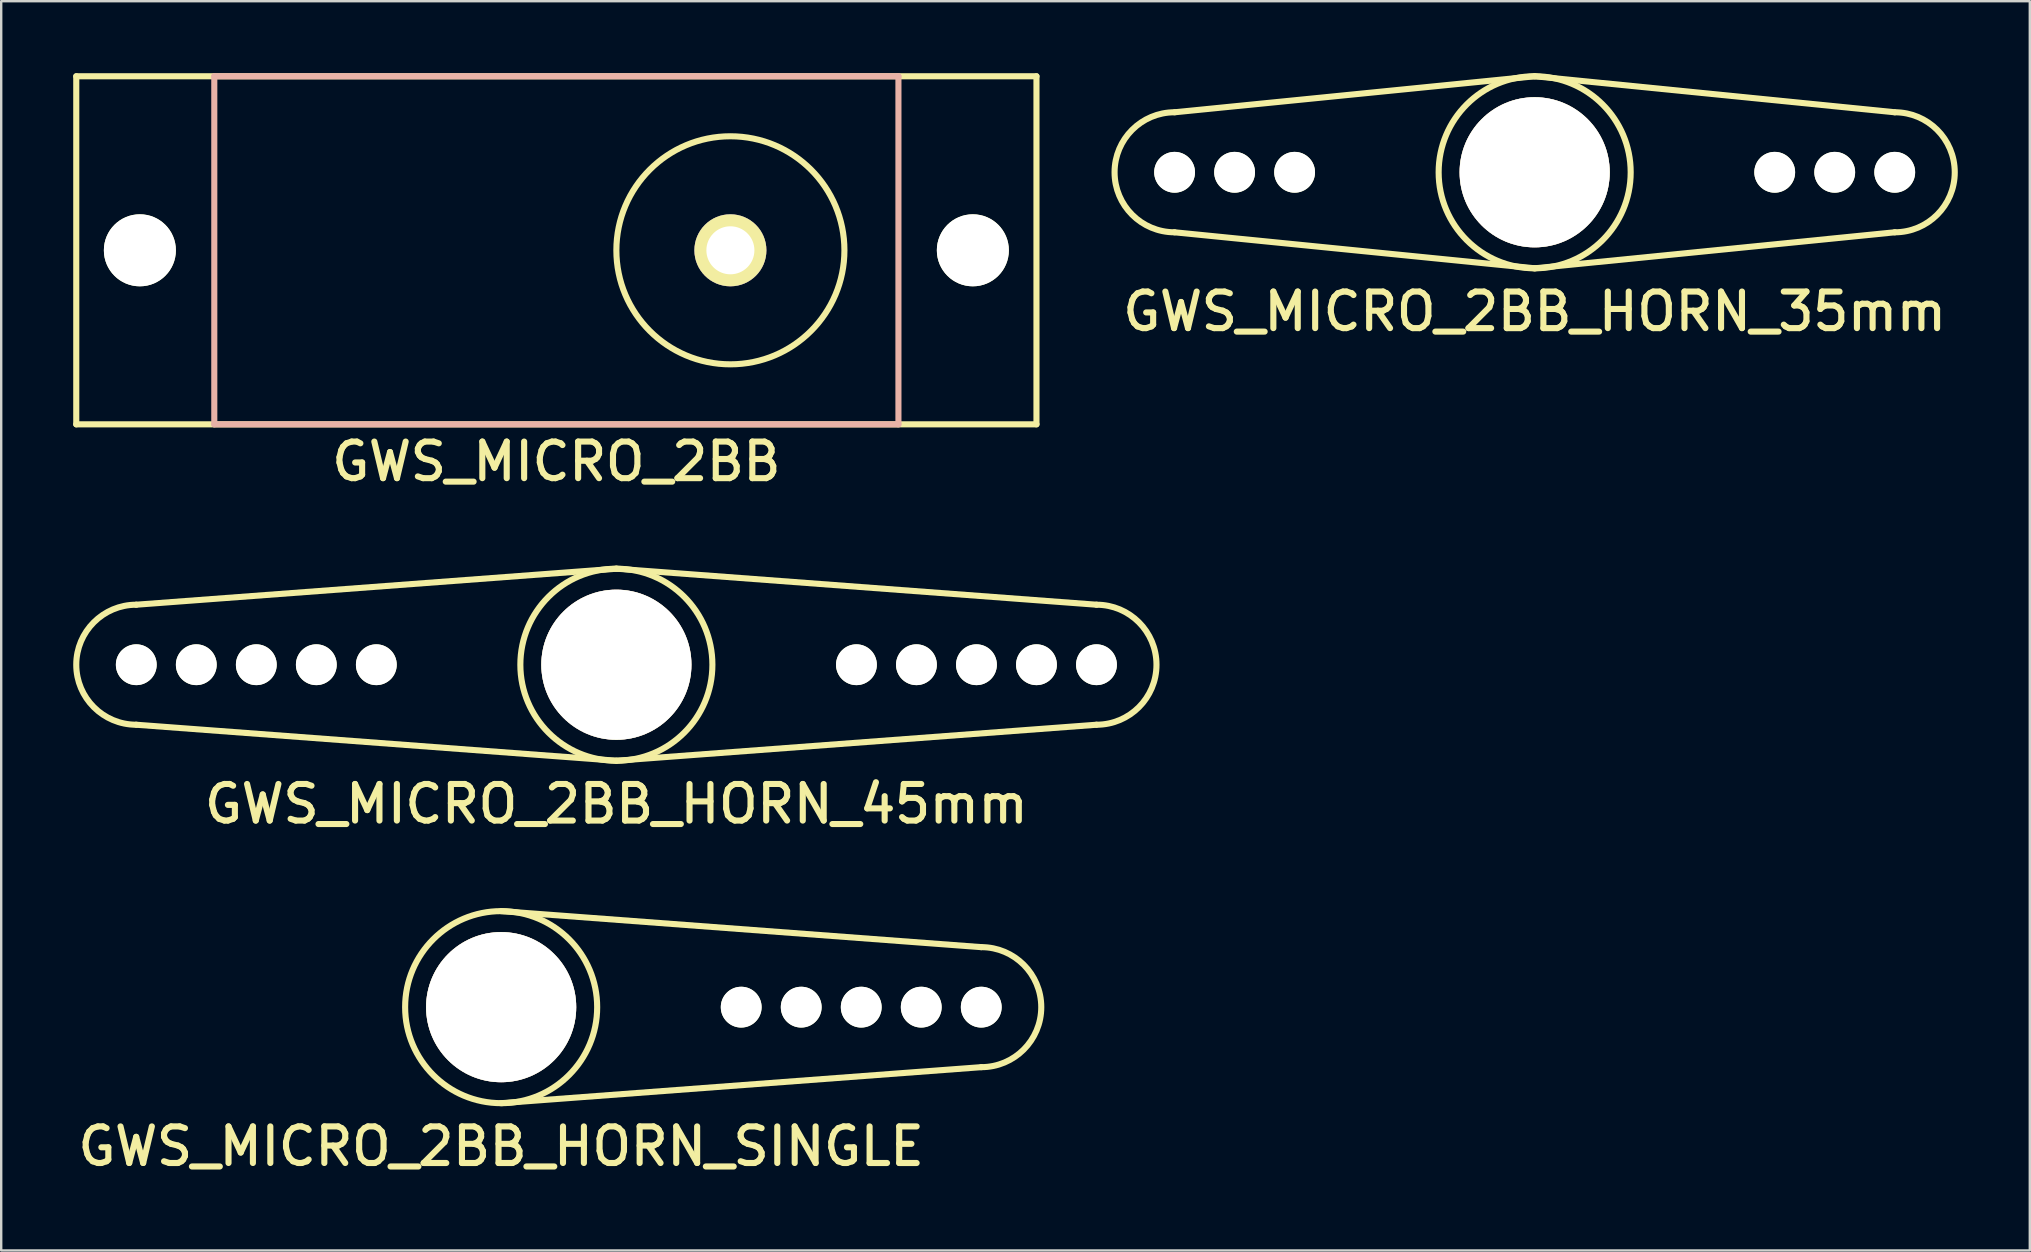
<source format=kicad_pcb>
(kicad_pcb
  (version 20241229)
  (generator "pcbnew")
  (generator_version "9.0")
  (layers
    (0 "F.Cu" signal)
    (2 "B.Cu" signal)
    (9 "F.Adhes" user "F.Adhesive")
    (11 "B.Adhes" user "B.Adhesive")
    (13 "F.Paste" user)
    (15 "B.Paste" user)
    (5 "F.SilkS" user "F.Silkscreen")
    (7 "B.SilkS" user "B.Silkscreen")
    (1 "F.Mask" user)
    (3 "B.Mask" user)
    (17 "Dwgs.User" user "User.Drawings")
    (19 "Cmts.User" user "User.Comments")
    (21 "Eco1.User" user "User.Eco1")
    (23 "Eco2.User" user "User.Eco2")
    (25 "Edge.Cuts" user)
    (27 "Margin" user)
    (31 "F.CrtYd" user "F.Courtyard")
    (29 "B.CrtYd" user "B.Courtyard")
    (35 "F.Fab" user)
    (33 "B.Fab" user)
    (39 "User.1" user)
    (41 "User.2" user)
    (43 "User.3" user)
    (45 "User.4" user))
  (footprint "GWS_MICRO_2BB"
    (layer "F.Cu")
    (at 27.377 7.377)
    (property "Reference" "GWS_MICRO_2BB" (at -7.25 8.8 0) (layer "F.SilkS") (effects (font (size 1.524 1.524) (thickness 0.254))))
    (attr through_hole)
    (fp_line (start -27.25 -7.25) (end -27.25 7.25) (stroke (width 0.254) (type solid)) (layer "F.SilkS"))
    (fp_line (start -27.25 -7.25) (end 12.75 -7.25) (stroke (width 0.254) (type solid)) (layer "F.SilkS"))
    (fp_line (start -27.25 7.25) (end 12.75 7.25) (stroke (width 0.254) (type solid)) (layer "F.SilkS"))
    (fp_line (start 12.75 -7.25) (end 12.75 7.25) (stroke (width 0.254) (type solid)) (layer "F.SilkS"))
    (fp_circle (center 0 0) (end 0 4.75) (stroke (width 0.254) (type solid)) (fill no) (layer "F.SilkS"))
    (fp_line (start -21.5 -7.25) (end -21.5 7.25) (stroke (width 0.254) (type solid)) (layer "B.SilkS"))
    (fp_line (start -21.5 -7.25) (end 7 -7.25) (stroke (width 0.254) (type solid)) (layer "B.SilkS"))
    (fp_line (start -21.5 7.25) (end 7 7.25) (stroke (width 0.254) (type solid)) (layer "B.SilkS"))
    (fp_line (start 7 -7.25) (end 7 7.25) (stroke (width 0.254) (type solid)) (layer "B.SilkS"))
    (pad "" np_thru_hole circle (at -24.6 0) (size 3 3) (drill 3) (layers "*.Cu" "*.Mask" "F.SilkS"))
    (pad "" thru_hole circle (at 0 0) (size 3 3) (drill 2) (layers "*.Cu" "*.Mask" "F.SilkS"))
    (pad "" np_thru_hole circle (at 10.1 0) (size 3 3) (drill 3) (layers "*.Cu" "*.Mask" "F.SilkS")))
  (footprint "GWS_MICRO_2BB_HORN_SINGLE"
    (layer "F.Cu")
    (at 17.827 38.906)
    (property "Reference" "GWS_MICRO_2BB_HORN_SINGLE" (at 0 5.8 0) (layer "F.SilkS") (effects (font (size 1.524 1.524) (thickness 0.254))))
    (attr through_hole)
    (fp_line (start 0 -4) (end 20 -2.5) (stroke (width 0.254) (type solid)) (layer "F.SilkS"))
    (fp_line (start 20 2.5) (end 0 4) (stroke (width 0.254) (type solid)) (layer "F.SilkS"))
    (fp_arc (start 20 -2.5) (mid 22.5 0) (end 20 2.5) (stroke (width 0.254) (type solid)) (layer "F.SilkS"))
    (fp_circle (center 0 0) (end 0 4) (stroke (width 0.254) (type solid)) (fill no) (layer "F.SilkS"))
    (pad "" np_thru_hole circle (at 0 0) (size 6.256 6.256) (drill 6.25) (layers "*.Cu" "*.Mask" "F.SilkS"))
    (pad "" np_thru_hole circle (at 10 0) (size 1.7 1.7) (drill 1.7) (layers "*.Cu" "*.Mask" "F.SilkS"))
    (pad "" np_thru_hole circle (at 12.5 0) (size 1.7 1.7) (drill 1.7) (layers "*.Cu" "*.Mask" "F.SilkS"))
    (pad "" np_thru_hole circle (at 15 0) (size 1.7 1.7) (drill 1.7) (layers "*.Cu" "*.Mask" "F.SilkS"))
    (pad "" np_thru_hole circle (at 17.5 0) (size 1.7 1.7) (drill 1.7) (layers "*.Cu" "*.Mask" "F.SilkS"))
    (pad "" np_thru_hole circle (at 20 0) (size 1.7 1.7) (drill 1.7) (layers "*.Cu" "*.Mask" "F.SilkS")))
  (footprint "GWS_MICRO_2BB_HORN_45mm"
    (layer "F.Cu")
    (at 22.627 24.641)
    (property "Reference" "GWS_MICRO_2BB_HORN_45mm" (at 0 5.8 0) (layer "F.SilkS") (effects (font (size 1.524 1.524) (thickness 0.254))))
    (attr through_hole)
    (fp_line (start 0 -4) (end -20 -2.5) (stroke (width 0.254) (type solid)) (layer "F.SilkS"))
    (fp_line (start 0 -4) (end 20 -2.5) (stroke (width 0.254) (type solid)) (layer "F.SilkS"))
    (fp_line (start 0 4) (end -20 2.5) (stroke (width 0.254) (type solid)) (layer "F.SilkS"))
    (fp_line (start 20 2.5) (end 0 4) (stroke (width 0.254) (type solid)) (layer "F.SilkS"))
    (fp_arc (start -20 2.5) (mid -22.5 0) (end -20 -2.5) (stroke (width 0.254) (type solid)) (layer "F.SilkS"))
    (fp_arc (start 20 -2.5) (mid 22.5 0) (end 20 2.5) (stroke (width 0.254) (type solid)) (layer "F.SilkS"))
    (fp_circle (center 0 0) (end 0 4) (stroke (width 0.254) (type solid)) (fill no) (layer "F.SilkS"))
    (pad "" np_thru_hole circle (at -20 0) (size 1.7 1.7) (drill 1.7) (layers "*.Cu" "*.Mask" "F.SilkS"))
    (pad "" np_thru_hole circle (at -17.5 0) (size 1.7 1.7) (drill 1.7) (layers "*.Cu" "*.Mask" "F.SilkS"))
    (pad "" np_thru_hole circle (at -15 0) (size 1.7 1.7) (drill 1.7) (layers "*.Cu" "*.Mask" "F.SilkS"))
    (pad "" np_thru_hole circle (at -12.5 0) (size 1.7 1.7) (drill 1.7) (layers "*.Cu" "*.Mask" "F.SilkS"))
    (pad "" np_thru_hole circle (at -10 0) (size 1.7 1.7) (drill 1.7) (layers "*.Cu" "*.Mask" "F.SilkS"))
    (pad "" np_thru_hole circle (at 0 0) (size 6.256 6.256) (drill 6.25) (layers "*.Cu" "*.Mask" "F.SilkS"))
    (pad "" np_thru_hole circle (at 10 0) (size 1.7 1.7) (drill 1.7) (layers "*.Cu" "*.Mask" "F.SilkS"))
    (pad "" np_thru_hole circle (at 12.5 0) (size 1.7 1.7) (drill 1.7) (layers "*.Cu" "*.Mask" "F.SilkS"))
    (pad "" np_thru_hole circle (at 15 0) (size 1.7 1.7) (drill 1.7) (layers "*.Cu" "*.Mask" "F.SilkS"))
    (pad "" np_thru_hole circle (at 17.5 0) (size 1.7 1.7) (drill 1.7) (layers "*.Cu" "*.Mask" "F.SilkS"))
    (pad "" np_thru_hole circle (at 20 0) (size 1.7 1.7) (drill 1.7) (layers "*.Cu" "*.Mask" "F.SilkS")))
  (footprint "GWS_MICRO_2BB_HORN_35mm"
    (layer "F.Cu")
    (at 60.881 4.127)
    (property "Reference" "GWS_MICRO_2BB_HORN_35mm" (at 0 5.8 0) (layer "F.SilkS") (effects (font (size 1.524 1.524) (thickness 0.254))))
    (attr through_hole)
    (fp_line (start 0 -4) (end -15 -2.5) (stroke (width 0.254) (type solid)) (layer "F.SilkS"))
    (fp_line (start 0 -4) (end 15 -2.5) (stroke (width 0.254) (type solid)) (layer "F.SilkS"))
    (fp_line (start 0 4) (end -15 2.5) (stroke (width 0.254) (type solid)) (layer "F.SilkS"))
    (fp_line (start 15 2.5) (end 0 4) (stroke (width 0.254) (type solid)) (layer "F.SilkS"))
    (fp_arc (start -15 2.5) (mid -17.5 0) (end -15 -2.5) (stroke (width 0.254) (type solid)) (layer "F.SilkS"))
    (fp_arc (start 15 -2.5) (mid 17.5 0) (end 15 2.5) (stroke (width 0.254) (type solid)) (layer "F.SilkS"))
    (fp_circle (center 0 0) (end 0 4) (stroke (width 0.254) (type solid)) (fill no) (layer "F.SilkS"))
    (pad "" np_thru_hole circle (at -15 0) (size 1.7 1.7) (drill 1.7) (layers "*.Cu" "*.Mask" "F.SilkS"))
    (pad "" np_thru_hole circle (at -12.5 0) (size 1.7 1.7) (drill 1.7) (layers "*.Cu" "*.Mask" "F.SilkS"))
    (pad "" np_thru_hole circle (at -10 0) (size 1.7 1.7) (drill 1.7) (layers "*.Cu" "*.Mask" "F.SilkS"))
    (pad "" np_thru_hole circle (at 0 0) (size 6.256 6.256) (drill 6.25) (layers "*.Cu" "*.Mask" "F.SilkS"))
    (pad "" np_thru_hole circle (at 10 0) (size 1.7 1.7) (drill 1.7) (layers "*.Cu" "*.Mask" "F.SilkS"))
    (pad "" np_thru_hole circle (at 12.5 0) (size 1.7 1.7) (drill 1.7) (layers "*.Cu" "*.Mask" "F.SilkS"))
    (pad "" np_thru_hole circle (at 15 0) (size 1.7 1.7) (drill 1.7) (layers "*.Cu" "*.Mask" "F.SilkS")))
  (gr_rect
    (start -3 -3)
    (end 81.508 49.043)
    (stroke (width 0.1) (type default))
    (fill no)
    (layer "Edge.Cuts")))
</source>
